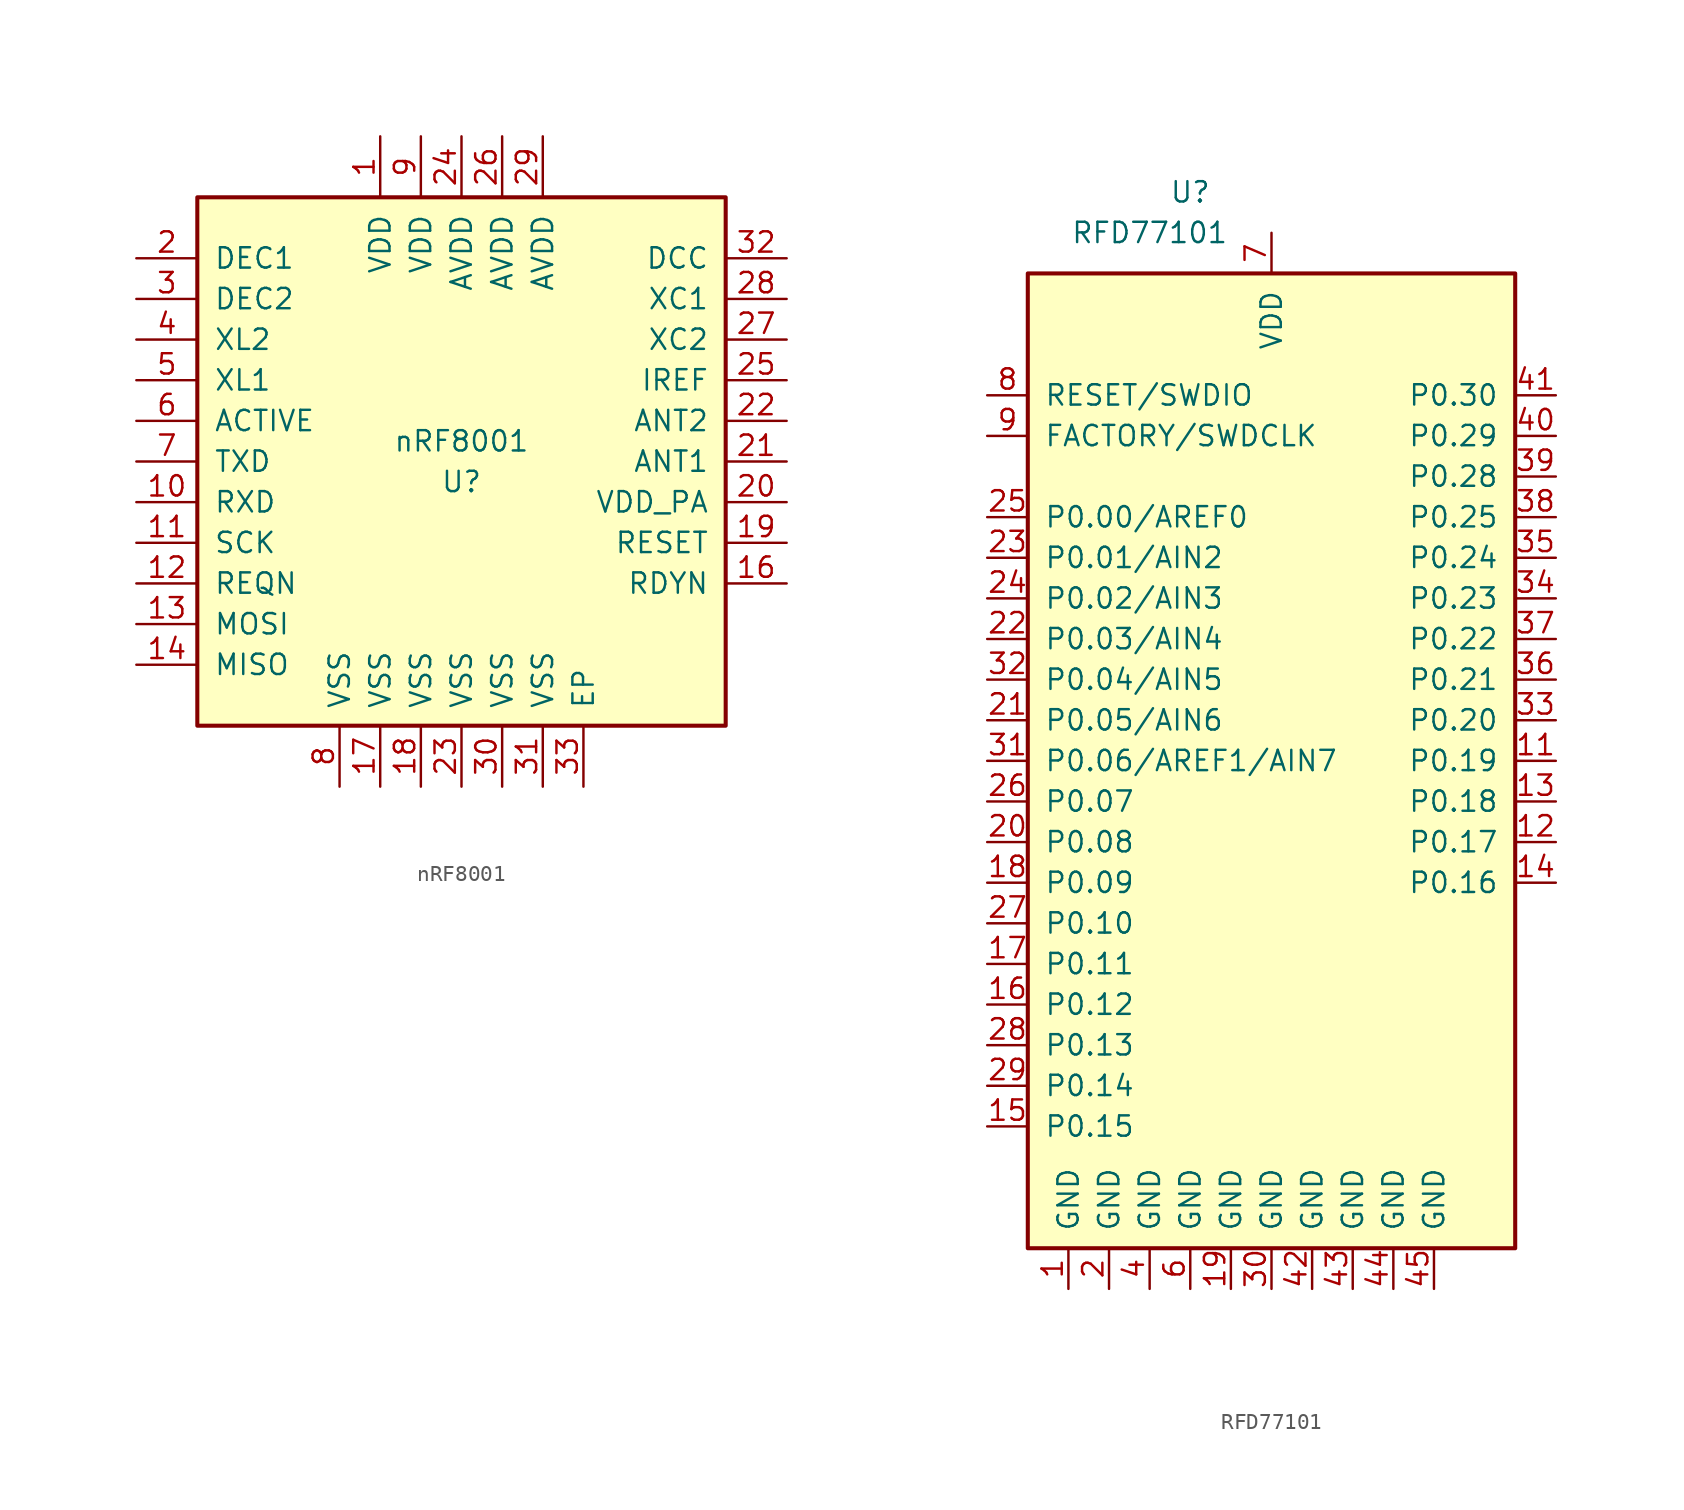
<source format=kicad_sym>
(kicad_symbol_lib
  (version 20211014)
  (generator kicad_symbol_editor)
  (symbol "nRF8001"
    (pin_names
      (offset 1.016))
    (property "Reference" "U"
      (at 0 -1.27 0)
      (effects (font (size 1.27 1.27))))
    (property "Value" "nRF8001"
      (at 0 1.27 0)
      (effects (font (size 1.27 1.27))))
    (symbol "nRF8001_0_1"
      (rectangle (start -16.51 16.51) (end 16.51 -16.51) (stroke (width 0.254) (type default) (color 0 0 0 0)) (fill (type background))))
    (symbol "nRF8001_1_1"
      (pin power_in line (at -5.08 20.32 270) (length 3.81) (name "VDD" (effects (font (size 1.27 1.27)))) (number "1" (effects (font (size 1.27 1.27)))))
      (pin input line (at -20.32 -2.54 0) (length 3.81) (name "RXD" (effects (font (size 1.27 1.27)))) (number "10" (effects (font (size 1.27 1.27)))))
      (pin input line (at -20.32 -5.08 0) (length 3.81) (name "SCK" (effects (font (size 1.27 1.27)))) (number "11" (effects (font (size 1.27 1.27)))))
      (pin bidirectional line (at -20.32 -7.62 0) (length 3.81) (name "REQN" (effects (font (size 1.27 1.27)))) (number "12" (effects (font (size 1.27 1.27)))))
      (pin input line (at -20.32 -10.16 0) (length 3.81) (name "MOSI" (effects (font (size 1.27 1.27)))) (number "13" (effects (font (size 1.27 1.27)))))
      (pin output line (at -20.32 -12.7 0) (length 3.81) (name "MISO" (effects (font (size 1.27 1.27)))) (number "14" (effects (font (size 1.27 1.27)))))
      (pin no_connect line (at 15.24 -10.16 180) (length 3.81) hide (name "N/C" (effects (font (size 1.27 1.27)))) (number "15" (effects (font (size 1.27 1.27)))))
      (pin bidirectional line (at 20.32 -7.62 180) (length 3.81) (name "RDYN" (effects (font (size 1.27 1.27)))) (number "16" (effects (font (size 1.27 1.27)))))
      (pin power_in line (at -5.08 -20.32 90) (length 3.81) (name "VSS" (effects (font (size 1.27 1.27)))) (number "17" (effects (font (size 1.27 1.27)))))
      (pin power_in line (at -2.54 -20.32 90) (length 3.81) (name "VSS" (effects (font (size 1.27 1.27)))) (number "18" (effects (font (size 1.27 1.27)))))
      (pin input line (at 20.32 -5.08 180) (length 3.81) (name "RESET" (effects (font (size 1.27 1.27)))) (number "19" (effects (font (size 1.27 1.27)))))
      (pin bidirectional line (at -20.32 12.7 0) (length 3.81) (name "DEC1" (effects (font (size 1.27 1.27)))) (number "2" (effects (font (size 1.27 1.27)))))
      (pin output line (at 20.32 -2.54 180) (length 3.81) (name "VDD_PA" (effects (font (size 1.27 1.27)))) (number "20" (effects (font (size 1.27 1.27)))))
      (pin bidirectional line (at 20.32 0 180) (length 3.81) (name "ANT1" (effects (font (size 1.27 1.27)))) (number "21" (effects (font (size 1.27 1.27)))))
      (pin bidirectional line (at 20.32 2.54 180) (length 3.81) (name "ANT2" (effects (font (size 1.27 1.27)))) (number "22" (effects (font (size 1.27 1.27)))))
      (pin power_in line (at 0 -20.32 90) (length 3.81) (name "VSS" (effects (font (size 1.27 1.27)))) (number "23" (effects (font (size 1.27 1.27)))))
      (pin power_in line (at 0 20.32 270) (length 3.81) (name "AVDD" (effects (font (size 1.27 1.27)))) (number "24" (effects (font (size 1.27 1.27)))))
      (pin input line (at 20.32 5.08 180) (length 3.81) (name "IREF" (effects (font (size 1.27 1.27)))) (number "25" (effects (font (size 1.27 1.27)))))
      (pin power_in line (at 2.54 20.32 270) (length 3.81) (name "AVDD" (effects (font (size 1.27 1.27)))) (number "26" (effects (font (size 1.27 1.27)))))
      (pin bidirectional line (at 20.32 7.62 180) (length 3.81) (name "XC2" (effects (font (size 1.27 1.27)))) (number "27" (effects (font (size 1.27 1.27)))))
      (pin bidirectional line (at 20.32 10.16 180) (length 3.81) (name "XC1" (effects (font (size 1.27 1.27)))) (number "28" (effects (font (size 1.27 1.27)))))
      (pin power_in line (at 5.08 20.32 270) (length 3.81) (name "AVDD" (effects (font (size 1.27 1.27)))) (number "29" (effects (font (size 1.27 1.27)))))
      (pin bidirectional line (at -20.32 10.16 0) (length 3.81) (name "DEC2" (effects (font (size 1.27 1.27)))) (number "3" (effects (font (size 1.27 1.27)))))
      (pin power_in line (at 2.54 -20.32 90) (length 3.81) (name "VSS" (effects (font (size 1.27 1.27)))) (number "30" (effects (font (size 1.27 1.27)))))
      (pin power_in line (at 5.08 -20.32 90) (length 3.81) (name "VSS" (effects (font (size 1.27 1.27)))) (number "31" (effects (font (size 1.27 1.27)))))
      (pin bidirectional line (at 20.32 12.7 180) (length 3.81) (name "DCC" (effects (font (size 1.27 1.27)))) (number "32" (effects (font (size 1.27 1.27)))))
      (pin power_in line (at 7.62 -20.32 90) (length 3.81) (name "EP" (effects (font (size 1.27 1.27)))) (number "33" (effects (font (size 1.27 1.27)))))
      (pin bidirectional line (at -20.32 7.62 0) (length 3.81) (name "XL2" (effects (font (size 1.27 1.27)))) (number "4" (effects (font (size 1.27 1.27)))))
      (pin bidirectional line (at -20.32 5.08 0) (length 3.81) (name "XL1" (effects (font (size 1.27 1.27)))) (number "5" (effects (font (size 1.27 1.27)))))
      (pin bidirectional line (at -20.32 2.54 0) (length 3.81) (name "ACTIVE" (effects (font (size 1.27 1.27)))) (number "6" (effects (font (size 1.27 1.27)))))
      (pin output line (at -20.32 0 0) (length 3.81) (name "TXD" (effects (font (size 1.27 1.27)))) (number "7" (effects (font (size 1.27 1.27)))))
      (pin power_in line (at -7.62 -20.32 90) (length 3.81) (name "VSS" (effects (font (size 1.27 1.27)))) (number "8" (effects (font (size 1.27 1.27)))))
      (pin power_in line (at -2.54 20.32 270) (length 3.81) (name "VDD" (effects (font (size 1.27 1.27)))) (number "9" (effects (font (size 1.27 1.27)))))))
  (symbol "RFD77101"
    (pin_names
      (offset 1.016))
    (property "Reference" "U"
      (at -5.08 35.56 0)
      (effects (font (size 1.27 1.27))))
    (property "Value" "RFD77101"
      (at -7.62 33.02 0)
      (effects (font (size 1.27 1.27))))
    (symbol "RFD77101_0_1"
      (rectangle (start -15.24 30.48) (end 15.24 -30.48) (stroke (width 0.254) (type default) (color 0 0 0 0)) (fill (type background))))
    (symbol "RFD77101_1_1"
      (pin power_in line (at -12.7 -33.02 90) (length 2.54) (name "GND" (effects (font (size 1.27 1.27)))) (number "1" (effects (font (size 1.27 1.27)))))
      (pin no_connect line (at 15.24 -20.32 180) (length 2.54) hide (name "NC" (effects (font (size 1.27 1.27)))) (number "10" (effects (font (size 1.27 1.27)))))
      (pin bidirectional line (at 17.78 0 180) (length 2.54) (name "P0.19" (effects (font (size 1.27 1.27)))) (number "11" (effects (font (size 1.27 1.27)))))
      (pin bidirectional line (at 17.78 -5.08 180) (length 2.54) (name "P0.17" (effects (font (size 1.27 1.27)))) (number "12" (effects (font (size 1.27 1.27)))))
      (pin bidirectional line (at 17.78 -2.54 180) (length 2.54) (name "P0.18" (effects (font (size 1.27 1.27)))) (number "13" (effects (font (size 1.27 1.27)))))
      (pin bidirectional line (at 17.78 -7.62 180) (length 2.54) (name "P0.16" (effects (font (size 1.27 1.27)))) (number "14" (effects (font (size 1.27 1.27)))))
      (pin bidirectional line (at -17.78 -22.86 0) (length 2.54) (name "P0.15" (effects (font (size 1.27 1.27)))) (number "15" (effects (font (size 1.27 1.27)))))
      (pin bidirectional line (at -17.78 -15.24 0) (length 2.54) (name "P0.12" (effects (font (size 1.27 1.27)))) (number "16" (effects (font (size 1.27 1.27)))))
      (pin bidirectional line (at -17.78 -12.7 0) (length 2.54) (name "P0.11" (effects (font (size 1.27 1.27)))) (number "17" (effects (font (size 1.27 1.27)))))
      (pin bidirectional line (at -17.78 -7.62 0) (length 2.54) (name "P0.09" (effects (font (size 1.27 1.27)))) (number "18" (effects (font (size 1.27 1.27)))))
      (pin power_in line (at -2.54 -33.02 90) (length 2.54) (name "GND" (effects (font (size 1.27 1.27)))) (number "19" (effects (font (size 1.27 1.27)))))
      (pin power_in line (at -10.16 -33.02 90) (length 2.54) (name "GND" (effects (font (size 1.27 1.27)))) (number "2" (effects (font (size 1.27 1.27)))))
      (pin bidirectional line (at -17.78 -5.08 0) (length 2.54) (name "P0.08" (effects (font (size 1.27 1.27)))) (number "20" (effects (font (size 1.27 1.27)))))
      (pin bidirectional line (at -17.78 2.54 0) (length 2.54) (name "P0.05/AIN6" (effects (font (size 1.27 1.27)))) (number "21" (effects (font (size 1.27 1.27)))))
      (pin bidirectional line (at -17.78 7.62 0) (length 2.54) (name "P0.03/AIN4" (effects (font (size 1.27 1.27)))) (number "22" (effects (font (size 1.27 1.27)))))
      (pin bidirectional line (at -17.78 12.7 0) (length 2.54) (name "P0.01/AIN2" (effects (font (size 1.27 1.27)))) (number "23" (effects (font (size 1.27 1.27)))))
      (pin bidirectional line (at -17.78 10.16 0) (length 2.54) (name "P0.02/AIN3" (effects (font (size 1.27 1.27)))) (number "24" (effects (font (size 1.27 1.27)))))
      (pin bidirectional line (at -17.78 15.24 0) (length 2.54) (name "P0.00/AREF0" (effects (font (size 1.27 1.27)))) (number "25" (effects (font (size 1.27 1.27)))))
      (pin bidirectional line (at -17.78 -2.54 0) (length 2.54) (name "P0.07" (effects (font (size 1.27 1.27)))) (number "26" (effects (font (size 1.27 1.27)))))
      (pin bidirectional line (at -17.78 -10.16 0) (length 2.54) (name "P0.10" (effects (font (size 1.27 1.27)))) (number "27" (effects (font (size 1.27 1.27)))))
      (pin bidirectional line (at -17.78 -17.78 0) (length 2.54) (name "P0.13" (effects (font (size 1.27 1.27)))) (number "28" (effects (font (size 1.27 1.27)))))
      (pin bidirectional line (at -17.78 -20.32 0) (length 2.54) (name "P0.14" (effects (font (size 1.27 1.27)))) (number "29" (effects (font (size 1.27 1.27)))))
      (pin no_connect line (at 15.24 -15.24 180) (length 2.54) hide (name "NC" (effects (font (size 1.27 1.27)))) (number "3" (effects (font (size 1.27 1.27)))))
      (pin power_in line (at 0 -33.02 90) (length 2.54) (name "GND" (effects (font (size 1.27 1.27)))) (number "30" (effects (font (size 1.27 1.27)))))
      (pin bidirectional line (at -17.78 0 0) (length 2.54) (name "P0.06/AREF1/AIN7" (effects (font (size 1.27 1.27)))) (number "31" (effects (font (size 1.27 1.27)))))
      (pin bidirectional line (at -17.78 5.08 0) (length 2.54) (name "P0.04/AIN5" (effects (font (size 1.27 1.27)))) (number "32" (effects (font (size 1.27 1.27)))))
      (pin bidirectional line (at 17.78 2.54 180) (length 2.54) (name "P0.20" (effects (font (size 1.27 1.27)))) (number "33" (effects (font (size 1.27 1.27)))))
      (pin bidirectional line (at 17.78 10.16 180) (length 2.54) (name "P0.23" (effects (font (size 1.27 1.27)))) (number "34" (effects (font (size 1.27 1.27)))))
      (pin bidirectional line (at 17.78 12.7 180) (length 2.54) (name "P0.24" (effects (font (size 1.27 1.27)))) (number "35" (effects (font (size 1.27 1.27)))))
      (pin bidirectional line (at 17.78 5.08 180) (length 2.54) (name "P0.21" (effects (font (size 1.27 1.27)))) (number "36" (effects (font (size 1.27 1.27)))))
      (pin bidirectional line (at 17.78 7.62 180) (length 2.54) (name "P0.22" (effects (font (size 1.27 1.27)))) (number "37" (effects (font (size 1.27 1.27)))))
      (pin bidirectional line (at 17.78 15.24 180) (length 2.54) (name "P0.25" (effects (font (size 1.27 1.27)))) (number "38" (effects (font (size 1.27 1.27)))))
      (pin bidirectional line (at 17.78 17.78 180) (length 2.54) (name "P0.28" (effects (font (size 1.27 1.27)))) (number "39" (effects (font (size 1.27 1.27)))))
      (pin power_in line (at -7.62 -33.02 90) (length 2.54) (name "GND" (effects (font (size 1.27 1.27)))) (number "4" (effects (font (size 1.27 1.27)))))
      (pin bidirectional line (at 17.78 20.32 180) (length 2.54) (name "P0.29" (effects (font (size 1.27 1.27)))) (number "40" (effects (font (size 1.27 1.27)))))
      (pin bidirectional line (at 17.78 22.86 180) (length 2.54) (name "P0.30" (effects (font (size 1.27 1.27)))) (number "41" (effects (font (size 1.27 1.27)))))
      (pin power_in line (at 2.54 -33.02 90) (length 2.54) (name "GND" (effects (font (size 1.27 1.27)))) (number "42" (effects (font (size 1.27 1.27)))))
      (pin power_in line (at 5.08 -33.02 90) (length 2.54) (name "GND" (effects (font (size 1.27 1.27)))) (number "43" (effects (font (size 1.27 1.27)))))
      (pin power_in line (at 7.62 -33.02 90) (length 2.54) (name "GND" (effects (font (size 1.27 1.27)))) (number "44" (effects (font (size 1.27 1.27)))))
      (pin power_in line (at 10.16 -33.02 90) (length 2.54) (name "GND" (effects (font (size 1.27 1.27)))) (number "45" (effects (font (size 1.27 1.27)))))
      (pin no_connect line (at 15.24 -17.78 180) (length 2.54) hide (name "NC" (effects (font (size 1.27 1.27)))) (number "5" (effects (font (size 1.27 1.27)))))
      (pin power_in line (at -5.08 -33.02 90) (length 2.54) (name "GND" (effects (font (size 1.27 1.27)))) (number "6" (effects (font (size 1.27 1.27)))))
      (pin power_in line (at 0 33.02 270) (length 2.54) (name "VDD" (effects (font (size 1.27 1.27)))) (number "7" (effects (font (size 1.27 1.27)))))
      (pin bidirectional line (at -17.78 22.86 0) (length 2.54) (name "RESET/SWDIO" (effects (font (size 1.27 1.27)))) (number "8" (effects (font (size 1.27 1.27)))))
      (pin input line (at -17.78 20.32 0) (length 2.54) (name "FACTORY/SWDCLK" (effects (font (size 1.27 1.27)))) (number "9" (effects (font (size 1.27 1.27))))))))
</source>
